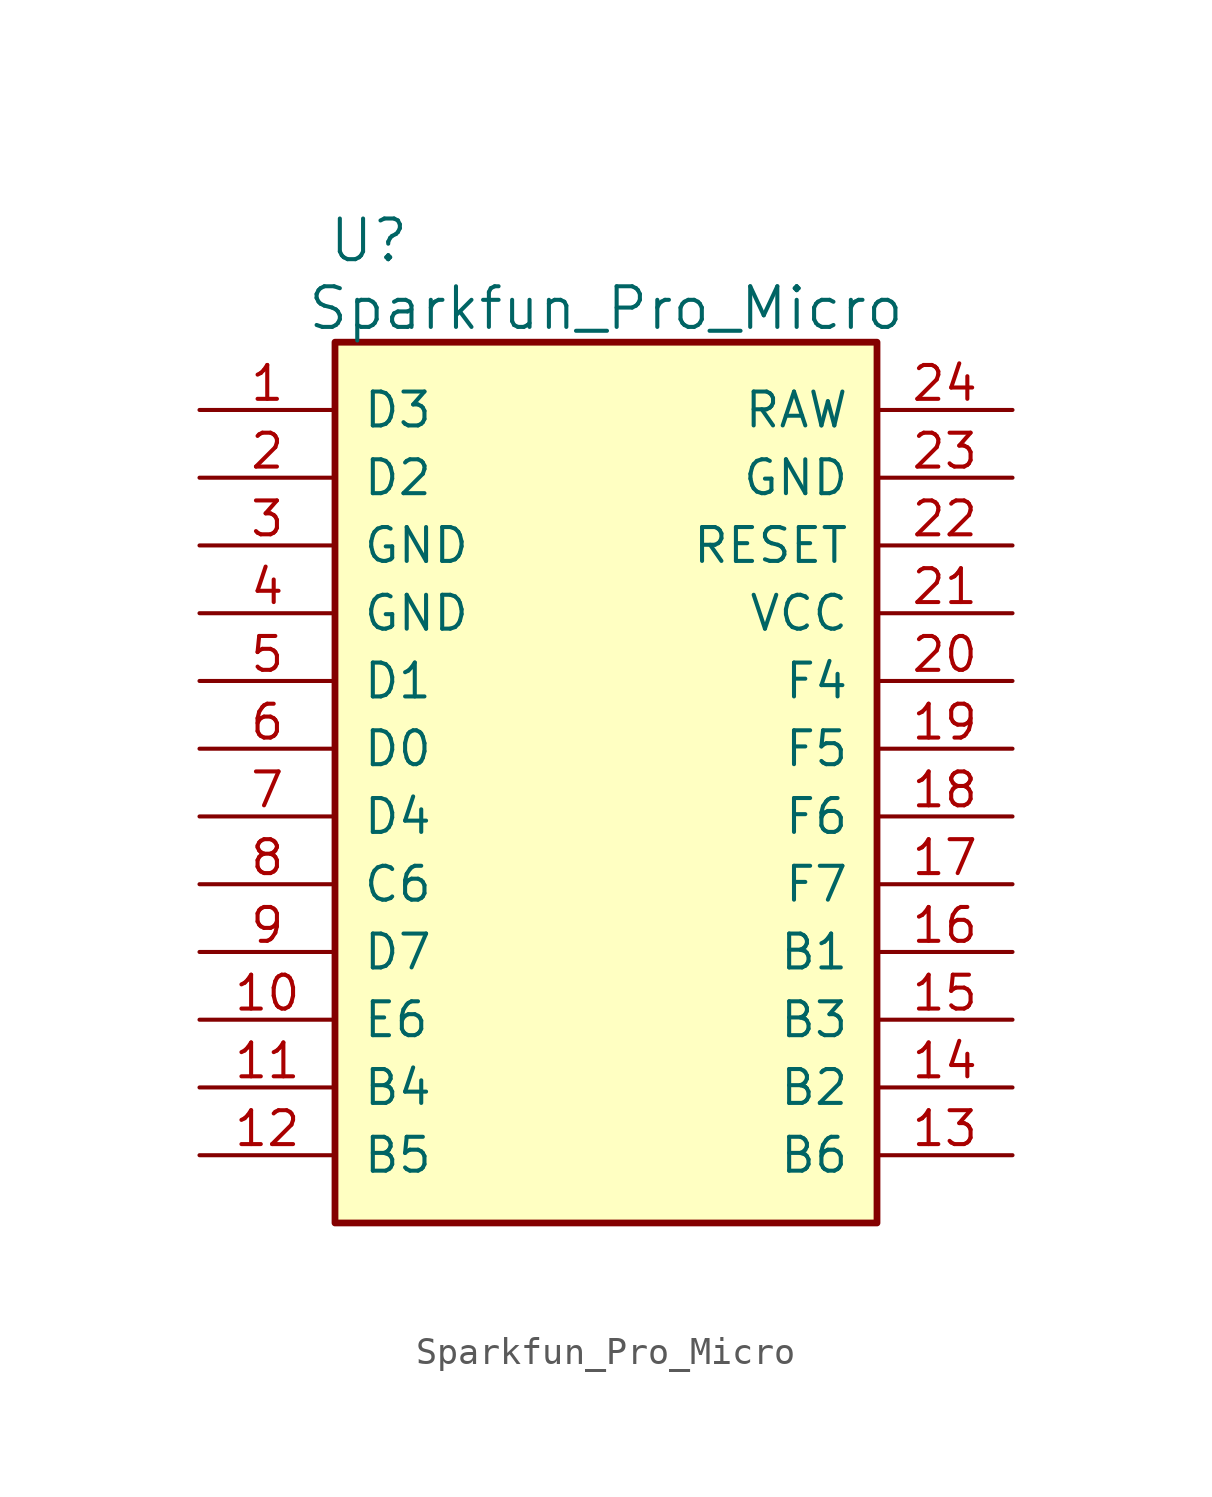
<source format=kicad_sym>
(kicad_symbol_lib
  (version 20211014)
  (generator kicad_symbol_editor)
  (symbol "Sparkfun_Pro_Micro"
    (pin_names
      (offset 1.016))
    (property "Reference" "U"
      (at -8.89 21.59 0)
      (effects (font (size 1.524 1.524))))
    (property "Value" "Sparkfun_Pro_Micro"
      (at 0 19.05 0)
      (effects (font (size 1.524 1.524))))
    (symbol "Sparkfun_Pro_Micro_0_1"
      (rectangle (start -10.16 17.78) (end 10.16 -15.24) (stroke (width 0.254) (type default) (color 0 0 0 0)) (fill (type background))))
    (symbol "Sparkfun_Pro_Micro_1_1"
      (pin bidirectional line (at -15.24 15.24 0) (length 5.08) (name "D3" (effects (font (size 1.27 1.27)))) (number "1" (effects (font (size 1.27 1.27)))))
      (pin bidirectional line (at -15.24 -7.62 0) (length 5.08) (name "E6" (effects (font (size 1.27 1.27)))) (number "10" (effects (font (size 1.27 1.27)))))
      (pin bidirectional line (at -15.24 -10.16 0) (length 5.08) (name "B4" (effects (font (size 1.27 1.27)))) (number "11" (effects (font (size 1.27 1.27)))))
      (pin bidirectional line (at -15.24 -12.7 0) (length 5.08) (name "B5" (effects (font (size 1.27 1.27)))) (number "12" (effects (font (size 1.27 1.27)))))
      (pin bidirectional line (at 15.24 -12.7 180) (length 5.08) (name "B6" (effects (font (size 1.27 1.27)))) (number "13" (effects (font (size 1.27 1.27)))))
      (pin bidirectional line (at 15.24 -10.16 180) (length 5.08) (name "B2" (effects (font (size 1.27 1.27)))) (number "14" (effects (font (size 1.27 1.27)))))
      (pin bidirectional line (at 15.24 -7.62 180) (length 5.08) (name "B3" (effects (font (size 1.27 1.27)))) (number "15" (effects (font (size 1.27 1.27)))))
      (pin bidirectional line (at 15.24 -5.08 180) (length 5.08) (name "B1" (effects (font (size 1.27 1.27)))) (number "16" (effects (font (size 1.27 1.27)))))
      (pin bidirectional line (at 15.24 -2.54 180) (length 5.08) (name "F7" (effects (font (size 1.27 1.27)))) (number "17" (effects (font (size 1.27 1.27)))))
      (pin bidirectional line (at 15.24 0 180) (length 5.08) (name "F6" (effects (font (size 1.27 1.27)))) (number "18" (effects (font (size 1.27 1.27)))))
      (pin bidirectional line (at 15.24 2.54 180) (length 5.08) (name "F5" (effects (font (size 1.27 1.27)))) (number "19" (effects (font (size 1.27 1.27)))))
      (pin bidirectional line (at -15.24 12.7 0) (length 5.08) (name "D2" (effects (font (size 1.27 1.27)))) (number "2" (effects (font (size 1.27 1.27)))))
      (pin bidirectional line (at 15.24 5.08 180) (length 5.08) (name "F4" (effects (font (size 1.27 1.27)))) (number "20" (effects (font (size 1.27 1.27)))))
      (pin power_in line (at 15.24 7.62 180) (length 5.08) (name "VCC" (effects (font (size 1.27 1.27)))) (number "21" (effects (font (size 1.27 1.27)))))
      (pin input line (at 15.24 10.16 180) (length 5.08) (name "RESET" (effects (font (size 1.27 1.27)))) (number "22" (effects (font (size 1.27 1.27)))))
      (pin power_in line (at 15.24 12.7 180) (length 5.08) (name "GND" (effects (font (size 1.27 1.27)))) (number "23" (effects (font (size 1.27 1.27)))))
      (pin power_in line (at 15.24 15.24 180) (length 5.08) (name "RAW" (effects (font (size 1.27 1.27)))) (number "24" (effects (font (size 1.27 1.27)))))
      (pin power_in line (at -15.24 10.16 0) (length 5.08) (name "GND" (effects (font (size 1.27 1.27)))) (number "3" (effects (font (size 1.27 1.27)))))
      (pin power_in line (at -15.24 7.62 0) (length 5.08) (name "GND" (effects (font (size 1.27 1.27)))) (number "4" (effects (font (size 1.27 1.27)))))
      (pin bidirectional line (at -15.24 5.08 0) (length 5.08) (name "D1" (effects (font (size 1.27 1.27)))) (number "5" (effects (font (size 1.27 1.27)))))
      (pin bidirectional line (at -15.24 2.54 0) (length 5.08) (name "D0" (effects (font (size 1.27 1.27)))) (number "6" (effects (font (size 1.27 1.27)))))
      (pin bidirectional line (at -15.24 0 0) (length 5.08) (name "D4" (effects (font (size 1.27 1.27)))) (number "7" (effects (font (size 1.27 1.27)))))
      (pin bidirectional line (at -15.24 -2.54 0) (length 5.08) (name "C6" (effects (font (size 1.27 1.27)))) (number "8" (effects (font (size 1.27 1.27)))))
      (pin bidirectional line (at -15.24 -5.08 0) (length 5.08) (name "D7" (effects (font (size 1.27 1.27)))) (number "9" (effects (font (size 1.27 1.27))))))))
</source>
